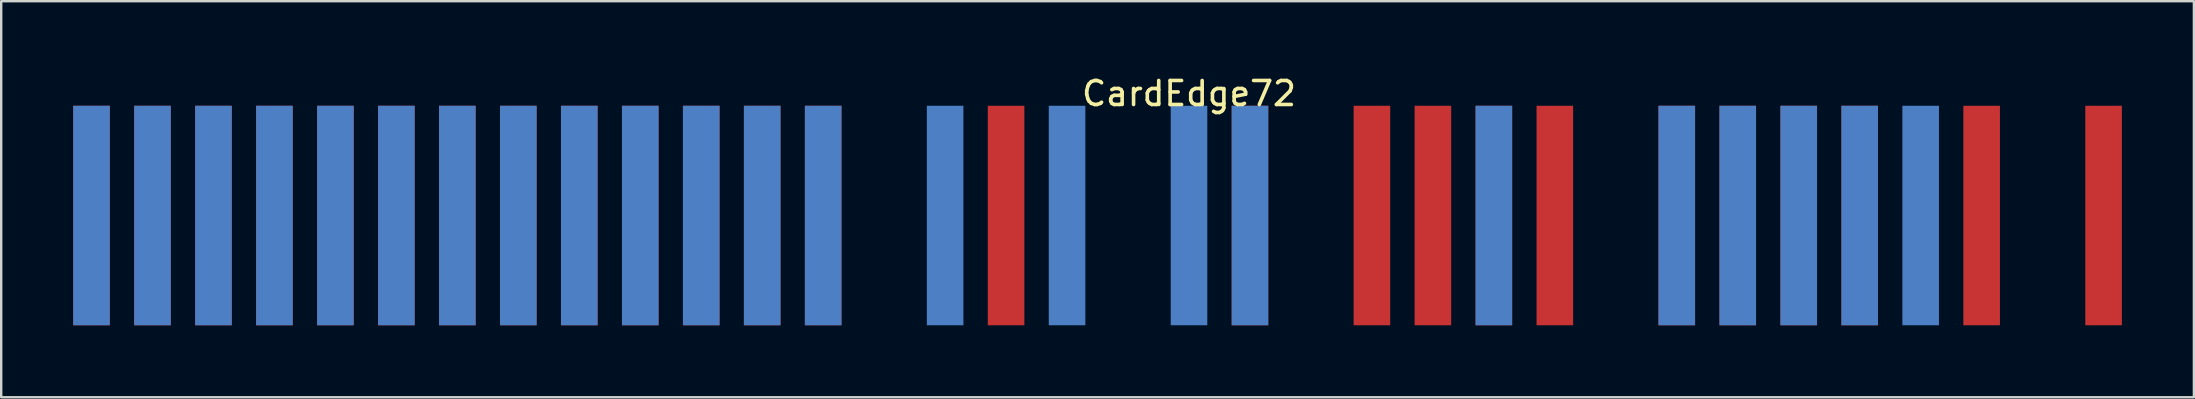
<source format=kicad_pcb>
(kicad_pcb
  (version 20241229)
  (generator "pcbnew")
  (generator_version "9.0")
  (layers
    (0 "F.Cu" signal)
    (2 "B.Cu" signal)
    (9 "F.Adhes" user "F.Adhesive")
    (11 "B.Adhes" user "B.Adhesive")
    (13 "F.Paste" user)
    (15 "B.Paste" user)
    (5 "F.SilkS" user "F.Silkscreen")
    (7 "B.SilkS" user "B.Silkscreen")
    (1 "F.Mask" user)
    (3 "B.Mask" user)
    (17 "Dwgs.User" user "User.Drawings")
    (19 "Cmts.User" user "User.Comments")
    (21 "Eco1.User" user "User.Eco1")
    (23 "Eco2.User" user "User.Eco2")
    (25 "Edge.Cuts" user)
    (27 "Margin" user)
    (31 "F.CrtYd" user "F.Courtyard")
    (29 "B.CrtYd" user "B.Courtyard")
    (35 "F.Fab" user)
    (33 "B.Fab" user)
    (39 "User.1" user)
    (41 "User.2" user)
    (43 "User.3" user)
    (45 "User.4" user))
  (footprint "CardEdge72"
    (layer "F.Cu")
    (at 46.482 1.356)
    (property "Reference" "CardEdge72" (at 0 -0.508 0) (layer "F.SilkS") (effects (font (size 1 1) (thickness 0.15))))
    (attr through_hole)
    (pad "1" connect rect (at -45.72 4.572) (size 1.524 9.144) (layers "B.Cu"))
    (pad "2" connect rect (at -45.72 4.572) (size 1.524 9.144) (layers "F.Cu"))
    (pad "3" connect rect (at -43.18 4.572) (size 1.524 9.144) (layers "B.Cu"))
    (pad "4" connect rect (at -43.18 4.572) (size 1.524 9.144) (layers "F.Cu"))
    (pad "5" connect rect (at -40.64 4.572) (size 1.524 9.144) (layers "B.Cu"))
    (pad "6" connect rect (at -40.64 4.572) (size 1.524 9.144) (layers "F.Cu"))
    (pad "7" connect rect (at -38.1 4.572) (size 1.524 9.144) (layers "B.Cu"))
    (pad "8" connect rect (at -38.1 4.572) (size 1.524 9.144) (layers "F.Cu"))
    (pad "9" connect rect (at -35.56 4.572) (size 1.524 9.144) (layers "B.Cu"))
    (pad "10" connect rect (at -35.56 4.572) (size 1.524 9.144) (layers "F.Cu"))
    (pad "11" connect rect (at -33.02 4.572) (size 1.524 9.144) (layers "B.Cu"))
    (pad "12" connect rect (at -33.02 4.572) (size 1.524 9.144) (layers "F.Cu"))
    (pad "13" connect rect (at -30.48 4.572) (size 1.524 9.144) (layers "B.Cu"))
    (pad "14" connect rect (at -30.48 4.572) (size 1.524 9.144) (layers "F.Cu"))
    (pad "15" connect rect (at -27.94 4.572) (size 1.524 9.144) (layers "B.Cu"))
    (pad "16" connect rect (at -27.94 4.572) (size 1.524 9.144) (layers "F.Cu"))
    (pad "17" connect rect (at -25.4 4.572) (size 1.524 9.144) (layers "B.Cu"))
    (pad "18" connect rect (at -25.4 4.572) (size 1.524 9.144) (layers "F.Cu"))
    (pad "19" connect rect (at -22.86 4.572) (size 1.524 9.144) (layers "B.Cu"))
    (pad "20" connect rect (at -22.86 4.572) (size 1.524 9.144) (layers "F.Cu"))
    (pad "21" connect rect (at -20.32 4.572) (size 1.524 9.144) (layers "B.Cu"))
    (pad "22" connect rect (at -20.32 4.572) (size 1.524 9.144) (layers "F.Cu"))
    (pad "23" connect rect (at -17.78 4.572) (size 1.524 9.144) (layers "B.Cu"))
    (pad "24" connect rect (at -17.78 4.572) (size 1.524 9.144) (layers "F.Cu"))
    (pad "25" connect rect (at -15.24 4.572) (size 1.524 9.144) (layers "B.Cu"))
    (pad "26" connect rect (at -15.24 4.572) (size 1.524 9.144) (layers "F.Cu"))
    (pad "29" connect rect (at -10.16 4.572) (size 1.524 9.144) (layers "B.Cu"))
    (pad "32" connect rect (at -7.62 4.572) (size 1.524 9.144) (layers "F.Cu"))
    (pad "33" connect rect (at -5.08 4.572) (size 1.524 9.144) (layers "B.Cu"))
    (pad "37" connect rect (at 0 4.572) (size 1.524 9.144) (layers "B.Cu"))
    (pad "39" connect rect (at 2.54 4.572) (size 1.524 9.144) (layers "B.Cu"))
    (pad "40" connect rect (at 2.54 4.572) (size 1.524 9.144) (layers "F.Cu"))
    (pad "44" connect rect (at 7.62 4.572) (size 1.524 9.144) (layers "F.Cu"))
    (pad "46" connect rect (at 10.16 4.572) (size 1.524 9.144) (layers "F.Cu"))
    (pad "47" connect rect (at 12.7 4.572) (size 1.524 9.144) (layers "B.Cu"))
    (pad "48" connect rect (at 12.7 4.572) (size 1.524 9.144) (layers "F.Cu"))
    (pad "50" connect rect (at 15.24 4.572) (size 1.524 9.144) (layers "F.Cu"))
    (pad "53" connect rect (at 20.32 4.572) (size 1.524 9.144) (layers "B.Cu"))
    (pad "54" connect rect (at 20.32 4.572) (size 1.524 9.144) (layers "F.Cu"))
    (pad "55" connect rect (at 22.86 4.572) (size 1.524 9.144) (layers "B.Cu"))
    (pad "56" connect rect (at 22.86 4.572) (size 1.524 9.144) (layers "F.Cu"))
    (pad "57" connect rect (at 25.4 4.572) (size 1.524 9.144) (layers "B.Cu"))
    (pad "58" connect rect (at 25.4 4.572) (size 1.524 9.144) (layers "F.Cu"))
    (pad "59" connect rect (at 27.94 4.572) (size 1.524 9.144) (layers "B.Cu"))
    (pad "60" connect rect (at 27.94 4.572) (size 1.524 9.144) (layers "F.Cu"))
    (pad "61" connect rect (at 30.48 4.572) (size 1.524 9.144) (layers "B.Cu"))
    (pad "64" connect rect (at 33.02 4.572) (size 1.524 9.144) (layers "F.Cu"))
    (pad "68" connect rect (at 38.1 4.572) (size 1.524 9.144) (layers "F.Cu")))
  (gr_rect
    (start -3 -3)
    (end 88.344 13.5)
    (stroke (width 0.1) (type default))
    (fill no)
    (layer "Edge.Cuts")))
</source>
